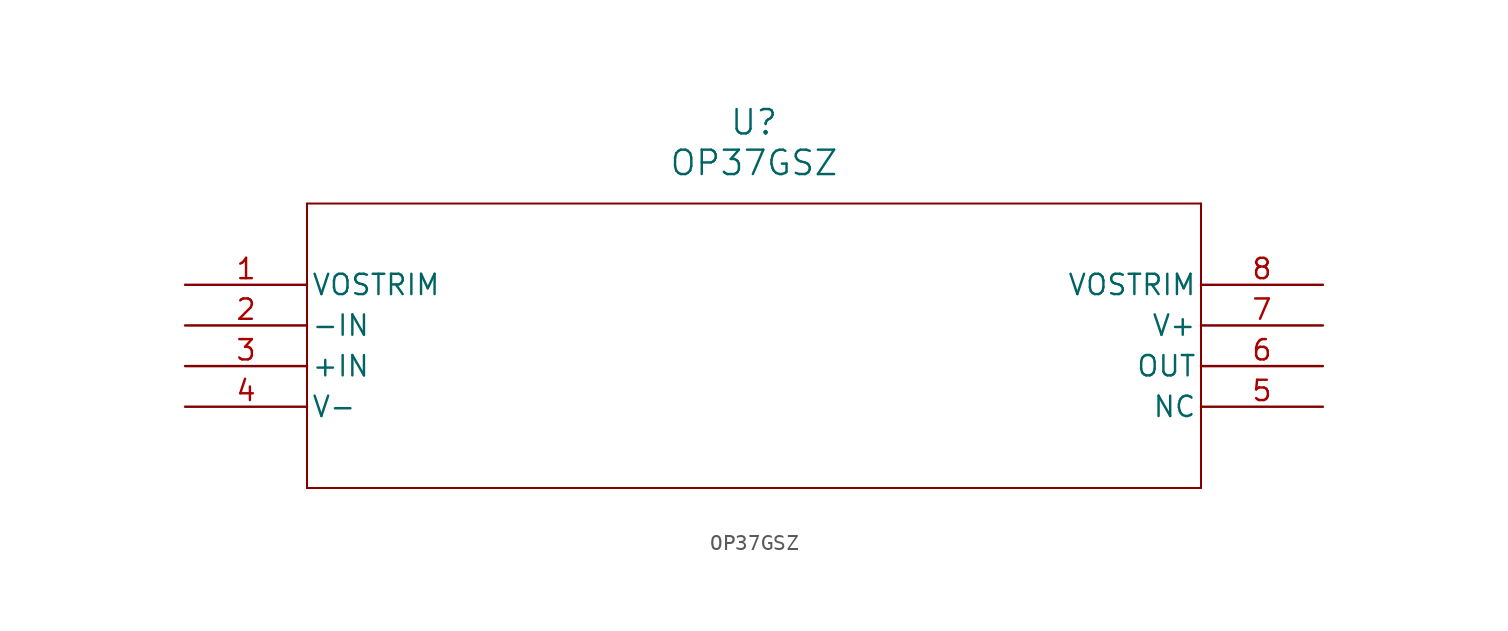
<source format=kicad_sym>
(kicad_symbol_lib
  (version 20211014)
  (generator kicad_symbol_editor)
  (symbol "OP37GSZ"
    (pin_names
      (offset 0.254))
    (property "Reference" "U"
      (at 35.56 10.16 0)
      (effects (font (size 1.524 1.524))))
    (property "Value" "OP37GSZ"
      (at 35.56 7.62 0)
      (effects (font (size 1.524 1.524))))
    (symbol "OP37GSZ_0_1"
      (polyline (pts (xy 7.62 5.08) (xy 7.62 -12.7)) (stroke (width 0.127) (type default) (color 0 0 0 0)) (fill (type none)))
      (polyline (pts (xy 7.62 -12.7) (xy 63.5 -12.7)) (stroke (width 0.127) (type default) (color 0 0 0 0)) (fill (type none)))
      (polyline (pts (xy 63.5 -12.7) (xy 63.5 5.08)) (stroke (width 0.127) (type default) (color 0 0 0 0)) (fill (type none)))
      (polyline (pts (xy 63.5 5.08) (xy 7.62 5.08)) (stroke (width 0.127) (type default) (color 0 0 0 0)) (fill (type none)))
      (pin unspecified line (at 0 0 0) (length 7.62) (name "VOSTRIM" (effects (font (size 1.27 1.27)))) (number "1" (effects (font (size 1.27 1.27)))))
      (pin unspecified line (at 0 -2.54 0) (length 7.62) (name "-IN" (effects (font (size 1.27 1.27)))) (number "2" (effects (font (size 1.27 1.27)))))
      (pin unspecified line (at 0 -5.08 0) (length 7.62) (name "+IN" (effects (font (size 1.27 1.27)))) (number "3" (effects (font (size 1.27 1.27)))))
      (pin power_in line (at 0 -7.62 0) (length 7.62) (name "V-" (effects (font (size 1.27 1.27)))) (number "4" (effects (font (size 1.27 1.27)))))
      (pin unspecified line (at 71.12 -7.62 180) (length 7.62) (name "NC" (effects (font (size 1.27 1.27)))) (number "5" (effects (font (size 1.27 1.27)))))
      (pin unspecified line (at 71.12 -5.08 180) (length 7.62) (name "OUT" (effects (font (size 1.27 1.27)))) (number "6" (effects (font (size 1.27 1.27)))))
      (pin power_in line (at 71.12 -2.54 180) (length 7.62) (name "V+" (effects (font (size 1.27 1.27)))) (number "7" (effects (font (size 1.27 1.27)))))
      (pin unspecified line (at 71.12 0 180) (length 7.62) (name "VOSTRIM" (effects (font (size 1.27 1.27)))) (number "8" (effects (font (size 1.27 1.27))))))))
</source>
